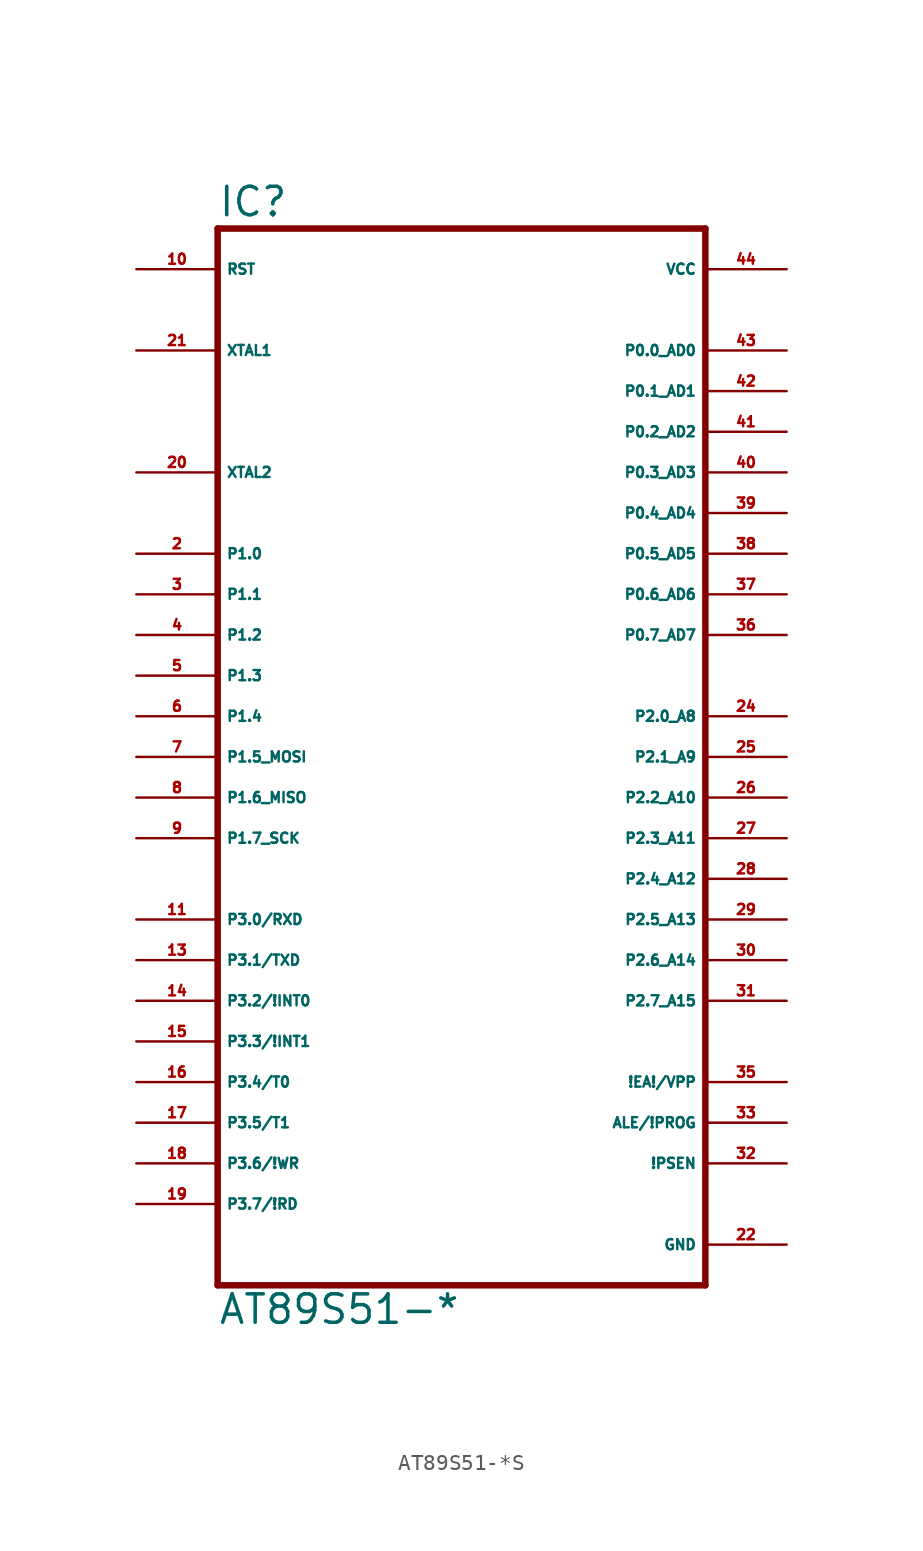
<source format=kicad_sym>
(kicad_symbol_lib
  (version 20220914)
  (generator Eagle2Kicad)
  (symbol "AT89S51-*S"
    (property "Reference" "IC"
      (at -15.24 33.655 0)
      (effects (font (size 1.778 1.778) (thickness 0.22)) (justify left bottom)))
    (property "Value" "AT89S51-*"
      (at -15.24 -35.56 0)
      (effects (font (size 1.778 1.778) (thickness 0.22)) (justify left bottom)))
    (polyline
      (pts (xy -15.24 -33.02) (xy 15.24 -33.02))
      (stroke (width 0.406) (type default))
      (fill (type none)))
    (polyline
      (pts (xy 15.24 -33.02) (xy 15.24 33.02))
      (stroke (width 0.406) (type default))
      (fill (type none)))
    (polyline
      (pts (xy 15.24 33.02) (xy -15.24 33.02))
      (stroke (width 0.406) (type default))
      (fill (type none)))
    (polyline
      (pts (xy -15.24 33.02) (xy -15.24 -33.02))
      (stroke (width 0.406) (type default))
      (fill (type none)))
    (pin input line
      (at 20.32 -20.32 180)
      (length 5.08)
      (name "!EA!/VPP" (effects (font (size 0.635 0.635) (thickness 0.08)) (justify left bottom)))
      (number "35" (effects (font (size 0.635 0.635) (thickness 0.08)) (justify left bottom))))
    (pin bidirectional line
      (at 20.32 25.4 180)
      (length 5.08)
      (name "P0.0_AD0" (effects (font (size 0.635 0.635) (thickness 0.08)) (justify left bottom)))
      (number "43" (effects (font (size 0.635 0.635) (thickness 0.08)) (justify left bottom))))
    (pin bidirectional line
      (at 20.32 22.86 180)
      (length 5.08)
      (name "P0.1_AD1" (effects (font (size 0.635 0.635) (thickness 0.08)) (justify left bottom)))
      (number "42" (effects (font (size 0.635 0.635) (thickness 0.08)) (justify left bottom))))
    (pin bidirectional line
      (at 20.32 20.32 180)
      (length 5.08)
      (name "P0.2_AD2" (effects (font (size 0.635 0.635) (thickness 0.08)) (justify left bottom)))
      (number "41" (effects (font (size 0.635 0.635) (thickness 0.08)) (justify left bottom))))
    (pin bidirectional line
      (at 20.32 17.78 180)
      (length 5.08)
      (name "P0.3_AD3" (effects (font (size 0.635 0.635) (thickness 0.08)) (justify left bottom)))
      (number "40" (effects (font (size 0.635 0.635) (thickness 0.08)) (justify left bottom))))
    (pin bidirectional line
      (at 20.32 15.24 180)
      (length 5.08)
      (name "P0.4_AD4" (effects (font (size 0.635 0.635) (thickness 0.08)) (justify left bottom)))
      (number "39" (effects (font (size 0.635 0.635) (thickness 0.08)) (justify left bottom))))
    (pin bidirectional line
      (at 20.32 12.7 180)
      (length 5.08)
      (name "P0.5_AD5" (effects (font (size 0.635 0.635) (thickness 0.08)) (justify left bottom)))
      (number "38" (effects (font (size 0.635 0.635) (thickness 0.08)) (justify left bottom))))
    (pin bidirectional line
      (at 20.32 10.16 180)
      (length 5.08)
      (name "P0.6_AD6" (effects (font (size 0.635 0.635) (thickness 0.08)) (justify left bottom)))
      (number "37" (effects (font (size 0.635 0.635) (thickness 0.08)) (justify left bottom))))
    (pin bidirectional line
      (at 20.32 7.62 180)
      (length 5.08)
      (name "P0.7_AD7" (effects (font (size 0.635 0.635) (thickness 0.08)) (justify left bottom)))
      (number "36" (effects (font (size 0.635 0.635) (thickness 0.08)) (justify left bottom))))
    (pin input line
      (at -20.32 25.4 0)
      (length 5.08)
      (name "XTAL1" (effects (font (size 0.635 0.635) (thickness 0.08)) (justify left bottom)))
      (number "21" (effects (font (size 0.635 0.635) (thickness 0.08)) (justify left bottom))))
    (pin input line
      (at -20.32 17.78 0)
      (length 5.08)
      (name "XTAL2" (effects (font (size 0.635 0.635) (thickness 0.08)) (justify left bottom)))
      (number "20" (effects (font (size 0.635 0.635) (thickness 0.08)) (justify left bottom))))
    (pin input line
      (at -20.32 30.48 0)
      (length 5.08)
      (name "RST" (effects (font (size 0.635 0.635) (thickness 0.08)) (justify left bottom)))
      (number "10" (effects (font (size 0.635 0.635) (thickness 0.08)) (justify left bottom))))
    (pin output line
      (at 20.32 -22.86 180)
      (length 5.08)
      (name "ALE/!PROG" (effects (font (size 0.635 0.635) (thickness 0.08)) (justify left bottom)))
      (number "33" (effects (font (size 0.635 0.635) (thickness 0.08)) (justify left bottom))))
    (pin output line
      (at 20.32 -25.4 180)
      (length 5.08)
      (name "!PSEN" (effects (font (size 0.635 0.635) (thickness 0.08)) (justify left bottom)))
      (number "32" (effects (font (size 0.635 0.635) (thickness 0.08)) (justify left bottom))))
    (pin bidirectional line
      (at 20.32 2.54 180)
      (length 5.08)
      (name "P2.0_A8" (effects (font (size 0.635 0.635) (thickness 0.08)) (justify left bottom)))
      (number "24" (effects (font (size 0.635 0.635) (thickness 0.08)) (justify left bottom))))
    (pin bidirectional line
      (at 20.32 0 180)
      (length 5.08)
      (name "P2.1_A9" (effects (font (size 0.635 0.635) (thickness 0.08)) (justify left bottom)))
      (number "25" (effects (font (size 0.635 0.635) (thickness 0.08)) (justify left bottom))))
    (pin bidirectional line
      (at 20.32 -2.54 180)
      (length 5.08)
      (name "P2.2_A10" (effects (font (size 0.635 0.635) (thickness 0.08)) (justify left bottom)))
      (number "26" (effects (font (size 0.635 0.635) (thickness 0.08)) (justify left bottom))))
    (pin bidirectional line
      (at 20.32 -5.08 180)
      (length 5.08)
      (name "P2.3_A11" (effects (font (size 0.635 0.635) (thickness 0.08)) (justify left bottom)))
      (number "27" (effects (font (size 0.635 0.635) (thickness 0.08)) (justify left bottom))))
    (pin bidirectional line
      (at 20.32 -7.62 180)
      (length 5.08)
      (name "P2.4_A12" (effects (font (size 0.635 0.635) (thickness 0.08)) (justify left bottom)))
      (number "28" (effects (font (size 0.635 0.635) (thickness 0.08)) (justify left bottom))))
    (pin bidirectional line
      (at 20.32 -10.16 180)
      (length 5.08)
      (name "P2.5_A13" (effects (font (size 0.635 0.635) (thickness 0.08)) (justify left bottom)))
      (number "29" (effects (font (size 0.635 0.635) (thickness 0.08)) (justify left bottom))))
    (pin bidirectional line
      (at 20.32 -12.7 180)
      (length 5.08)
      (name "P2.6_A14" (effects (font (size 0.635 0.635) (thickness 0.08)) (justify left bottom)))
      (number "30" (effects (font (size 0.635 0.635) (thickness 0.08)) (justify left bottom))))
    (pin bidirectional line
      (at 20.32 -15.24 180)
      (length 5.08)
      (name "P2.7_A15" (effects (font (size 0.635 0.635) (thickness 0.08)) (justify left bottom)))
      (number "31" (effects (font (size 0.635 0.635) (thickness 0.08)) (justify left bottom))))
    (pin bidirectional line
      (at -20.32 12.7 0)
      (length 5.08)
      (name "P1.0" (effects (font (size 0.635 0.635) (thickness 0.08)) (justify left bottom)))
      (number "2" (effects (font (size 0.635 0.635) (thickness 0.08)) (justify left bottom))))
    (pin bidirectional line
      (at -20.32 10.16 0)
      (length 5.08)
      (name "P1.1" (effects (font (size 0.635 0.635) (thickness 0.08)) (justify left bottom)))
      (number "3" (effects (font (size 0.635 0.635) (thickness 0.08)) (justify left bottom))))
    (pin bidirectional line
      (at -20.32 7.62 0)
      (length 5.08)
      (name "P1.2" (effects (font (size 0.635 0.635) (thickness 0.08)) (justify left bottom)))
      (number "4" (effects (font (size 0.635 0.635) (thickness 0.08)) (justify left bottom))))
    (pin bidirectional line
      (at -20.32 5.08 0)
      (length 5.08)
      (name "P1.3" (effects (font (size 0.635 0.635) (thickness 0.08)) (justify left bottom)))
      (number "5" (effects (font (size 0.635 0.635) (thickness 0.08)) (justify left bottom))))
    (pin bidirectional line
      (at -20.32 2.54 0)
      (length 5.08)
      (name "P1.4" (effects (font (size 0.635 0.635) (thickness 0.08)) (justify left bottom)))
      (number "6" (effects (font (size 0.635 0.635) (thickness 0.08)) (justify left bottom))))
    (pin bidirectional line
      (at -20.32 0 0)
      (length 5.08)
      (name "P1.5_MOSI" (effects (font (size 0.635 0.635) (thickness 0.08)) (justify left bottom)))
      (number "7" (effects (font (size 0.635 0.635) (thickness 0.08)) (justify left bottom))))
    (pin bidirectional line
      (at -20.32 -2.54 0)
      (length 5.08)
      (name "P1.6_MISO" (effects (font (size 0.635 0.635) (thickness 0.08)) (justify left bottom)))
      (number "8" (effects (font (size 0.635 0.635) (thickness 0.08)) (justify left bottom))))
    (pin bidirectional line
      (at -20.32 -5.08 0)
      (length 5.08)
      (name "P1.7_SCK" (effects (font (size 0.635 0.635) (thickness 0.08)) (justify left bottom)))
      (number "9" (effects (font (size 0.635 0.635) (thickness 0.08)) (justify left bottom))))
    (pin bidirectional line
      (at -20.32 -10.16 0)
      (length 5.08)
      (name "P3.0/RXD" (effects (font (size 0.635 0.635) (thickness 0.08)) (justify left bottom)))
      (number "11" (effects (font (size 0.635 0.635) (thickness 0.08)) (justify left bottom))))
    (pin bidirectional line
      (at -20.32 -12.7 0)
      (length 5.08)
      (name "P3.1/TXD" (effects (font (size 0.635 0.635) (thickness 0.08)) (justify left bottom)))
      (number "13" (effects (font (size 0.635 0.635) (thickness 0.08)) (justify left bottom))))
    (pin bidirectional line
      (at -20.32 -15.24 0)
      (length 5.08)
      (name "P3.2/!INT0" (effects (font (size 0.635 0.635) (thickness 0.08)) (justify left bottom)))
      (number "14" (effects (font (size 0.635 0.635) (thickness 0.08)) (justify left bottom))))
    (pin bidirectional line
      (at -20.32 -17.78 0)
      (length 5.08)
      (name "P3.3/!INT1" (effects (font (size 0.635 0.635) (thickness 0.08)) (justify left bottom)))
      (number "15" (effects (font (size 0.635 0.635) (thickness 0.08)) (justify left bottom))))
    (pin bidirectional line
      (at -20.32 -20.32 0)
      (length 5.08)
      (name "P3.4/T0" (effects (font (size 0.635 0.635) (thickness 0.08)) (justify left bottom)))
      (number "16" (effects (font (size 0.635 0.635) (thickness 0.08)) (justify left bottom))))
    (pin bidirectional line
      (at -20.32 -22.86 0)
      (length 5.08)
      (name "P3.5/T1" (effects (font (size 0.635 0.635) (thickness 0.08)) (justify left bottom)))
      (number "17" (effects (font (size 0.635 0.635) (thickness 0.08)) (justify left bottom))))
    (pin bidirectional line
      (at -20.32 -25.4 0)
      (length 5.08)
      (name "P3.6/!WR" (effects (font (size 0.635 0.635) (thickness 0.08)) (justify left bottom)))
      (number "18" (effects (font (size 0.635 0.635) (thickness 0.08)) (justify left bottom))))
    (pin bidirectional line
      (at -20.32 -27.94 0)
      (length 5.08)
      (name "P3.7/!RD" (effects (font (size 0.635 0.635) (thickness 0.08)) (justify left bottom)))
      (number "19" (effects (font (size 0.635 0.635) (thickness 0.08)) (justify left bottom))))
    (pin unspecified line
      (at 20.32 30.48 180)
      (length 5.08)
      (name "VCC" (effects (font (size 0.635 0.635) (thickness 0.08)) (justify left bottom)))
      (number "44" (effects (font (size 0.635 0.635) (thickness 0.08)) (justify left bottom))))
    (pin unspecified line
      (at 20.32 -30.48 180)
      (length 5.08)
      (name "GND" (effects (font (size 0.635 0.635) (thickness 0.08)) (justify left bottom)))
      (number "22" (effects (font (size 0.635 0.635) (thickness 0.08)) (justify left bottom))))))
</source>
